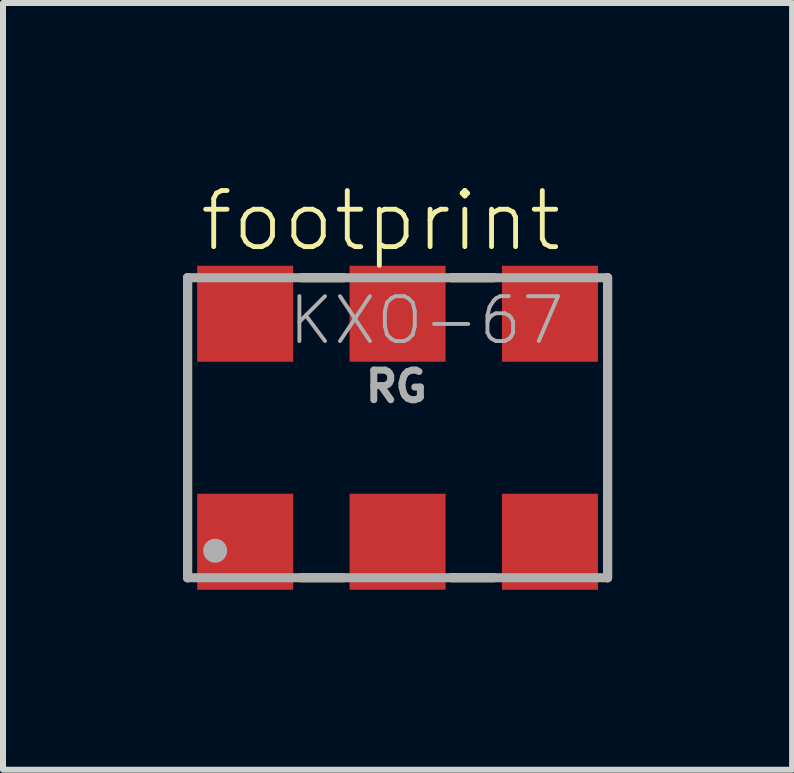
<source format=kicad_pcb>
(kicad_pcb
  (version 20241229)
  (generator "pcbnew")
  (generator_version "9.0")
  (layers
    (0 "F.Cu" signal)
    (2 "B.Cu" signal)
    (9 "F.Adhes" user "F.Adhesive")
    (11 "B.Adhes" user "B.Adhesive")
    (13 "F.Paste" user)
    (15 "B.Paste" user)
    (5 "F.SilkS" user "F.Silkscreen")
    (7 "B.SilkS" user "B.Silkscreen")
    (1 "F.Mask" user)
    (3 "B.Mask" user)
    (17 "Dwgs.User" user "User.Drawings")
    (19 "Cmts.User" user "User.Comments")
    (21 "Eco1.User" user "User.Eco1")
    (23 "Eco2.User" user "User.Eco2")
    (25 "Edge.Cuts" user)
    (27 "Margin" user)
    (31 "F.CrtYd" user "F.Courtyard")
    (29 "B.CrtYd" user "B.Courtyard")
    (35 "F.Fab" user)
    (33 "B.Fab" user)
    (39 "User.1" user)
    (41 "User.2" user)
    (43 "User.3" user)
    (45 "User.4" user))
  (footprint "footprint"
    (layer "F.Cu")
    (at 3.576 4.079)
    (property "Reference" "footprint" (at -3.34 -2.9 0) (layer "F.SilkS") (effects (font (size 0.935 0.935) (thickness 0.081)) (justify left bottom)))
    (fp_line (start -3.5 -2.5) (end -3.5 2.5) (stroke (width 0.152) (type solid)) (layer "F.SilkS"))
    (fp_line (start -1.6 -2.5) (end -0.9 -2.5) (stroke (width 0.152) (type solid)) (layer "F.SilkS"))
    (fp_line (start -1.6 2.5) (end -0.9 2.5) (stroke (width 0.152) (type solid)) (layer "F.SilkS"))
    (fp_line (start 0.9 -2.5) (end 1.6 -2.5) (stroke (width 0.152) (type solid)) (layer "F.SilkS"))
    (fp_line (start 0.9 2.5) (end 1.6 2.5) (stroke (width 0.152) (type solid)) (layer "F.SilkS"))
    (fp_line (start 3.5 -2.5) (end 3.5 2.5) (stroke (width 0.152) (type solid)) (layer "F.SilkS"))
    (fp_line (start -3.5 -2.5) (end -3.5 2.5) (stroke (width 0.152) (type solid)) (layer "F.Fab"))
    (fp_line (start -3.5 2.5) (end 3.5 2.5) (stroke (width 0.152) (type solid)) (layer "F.Fab"))
    (fp_line (start 3.5 -2.5) (end -3.5 -2.5) (stroke (width 0.152) (type solid)) (layer "F.Fab"))
    (fp_line (start 3.5 2.5) (end 3.5 -2.5) (stroke (width 0.152) (type solid)) (layer "F.Fab"))
    (fp_circle (center -3.04 2.05) (end -2.94 2.05) (stroke (width 0.2) (type solid)) (fill no) (layer "F.Fab"))
    (fp_text user "RG" (at -0.59 -0.4 0) (layer "F.Fab") (effects (font (size 0.494 0.494) (thickness 0.116)) (justify left bottom)))
    (fp_text user "KXO-67" (at -1.857 -1.35 0) (layer "F.Fab") (effects (font (size 0.748 0.748) (thickness 0.065)) (justify left bottom)))
    (pad "1" smd rect (at -2.54 1.9) (size 1.6 1.6) (layers "F.Cu" "F.Mask" "F.Paste"))
    (pad "2" smd rect (at 0 1.9) (size 1.6 1.6) (layers "F.Cu" "F.Mask" "F.Paste"))
    (pad "3" smd rect (at 2.54 1.9) (size 1.6 1.6) (layers "F.Cu" "F.Mask" "F.Paste"))
    (pad "4" smd rect (at 2.54 -1.9) (size 1.6 1.6) (layers "F.Cu" "F.Mask" "F.Paste"))
    (pad "5" smd rect (at 0 -1.9) (size 1.6 1.6) (layers "F.Cu" "F.Mask" "F.Paste"))
    (pad "6" smd rect (at -2.54 -1.9) (size 1.6 1.6) (layers "F.Cu" "F.Mask" "F.Paste")))
  (gr_rect
    (start -3 -3)
    (end 10.152 9.779)
    (stroke (width 0.1) (type default))
    (fill no)
    (layer "Edge.Cuts")))
</source>
